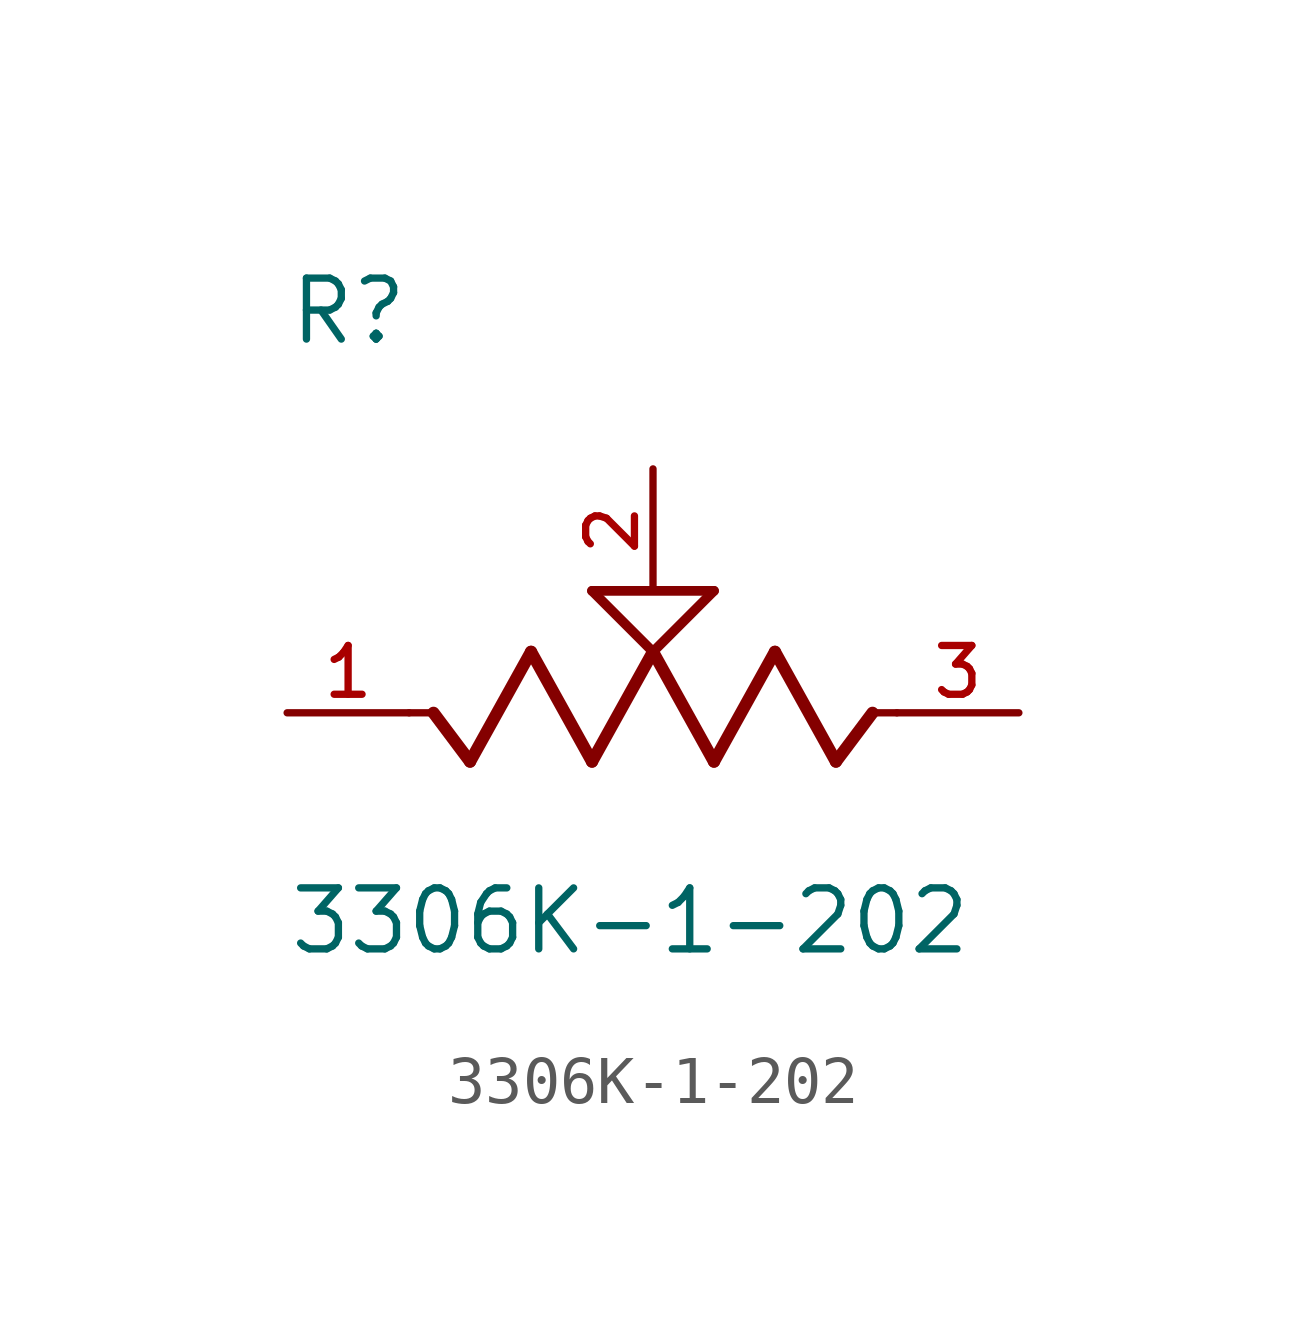
<source format=kicad_sym>
(kicad_symbol_lib
  (version 20211014)
  (generator kicad_symbol_editor)
  (symbol "3306K-1-202"
    (pin_names
      (offset 1.016))
    (property "Reference" "R"
      (at -7.62 7.62 0)
      (effects (font (size 1.27 1.27)) (justify bottom left)))
    (property "Value" "3306K-1-202"
      (at -7.62 -5.08 0)
      (effects (font (size 1.27 1.27)) (justify bottom left)))
    (symbol "3306K-1-202_0_0"
      (polyline (pts (xy 5.08 0.0) (xy 4.572 0.0)) (stroke (width 0.152)))
      (polyline (pts (xy 4.572 0.0) (xy 3.81 -1.016)) (stroke (width 0.254)))
      (polyline (pts (xy 3.81 -1.016) (xy 2.54 1.27)) (stroke (width 0.254)))
      (polyline (pts (xy 2.54 1.27) (xy 1.27 -1.016)) (stroke (width 0.254)))
      (polyline (pts (xy 1.27 -1.016) (xy 0.0 1.27)) (stroke (width 0.254)))
      (polyline (pts (xy 0.0 1.27) (xy -1.27 -1.016)) (stroke (width 0.254)))
      (polyline (pts (xy -1.27 -1.016) (xy -2.54 1.27)) (stroke (width 0.254)))
      (polyline (pts (xy -2.54 1.27) (xy -3.81 -1.016)) (stroke (width 0.254)))
      (polyline (pts (xy -3.81 -1.016) (xy -4.572 0.0)) (stroke (width 0.254)))
      (polyline (pts (xy -4.572 0.0) (xy -5.08 0.0)) (stroke (width 0.152)))
      (polyline (pts (xy 0.0 1.27) (xy -1.27 2.54)) (stroke (width 0.203)))
      (polyline (pts (xy 1.27 2.54) (xy 0.0 1.27)) (stroke (width 0.203)))
      (polyline (pts (xy -1.27 2.54) (xy 1.27 2.54)) (stroke (width 0.203)))
      (pin passive line (at 7.62 0.0 180.0) (length 2.54) (name "~" (effects (font (size 1.016 1.016)))) (number "3" (effects (font (size 1.016 1.016)))))
      (pin passive line (at -7.62 0.0 0) (length 2.54) (name "~" (effects (font (size 1.016 1.016)))) (number "1" (effects (font (size 1.016 1.016)))))
      (pin passive line (at 0.0 5.08 270.0) (length 2.54) (name "~" (effects (font (size 1.016 1.016)))) (number "2" (effects (font (size 1.016 1.016))))))))
</source>
